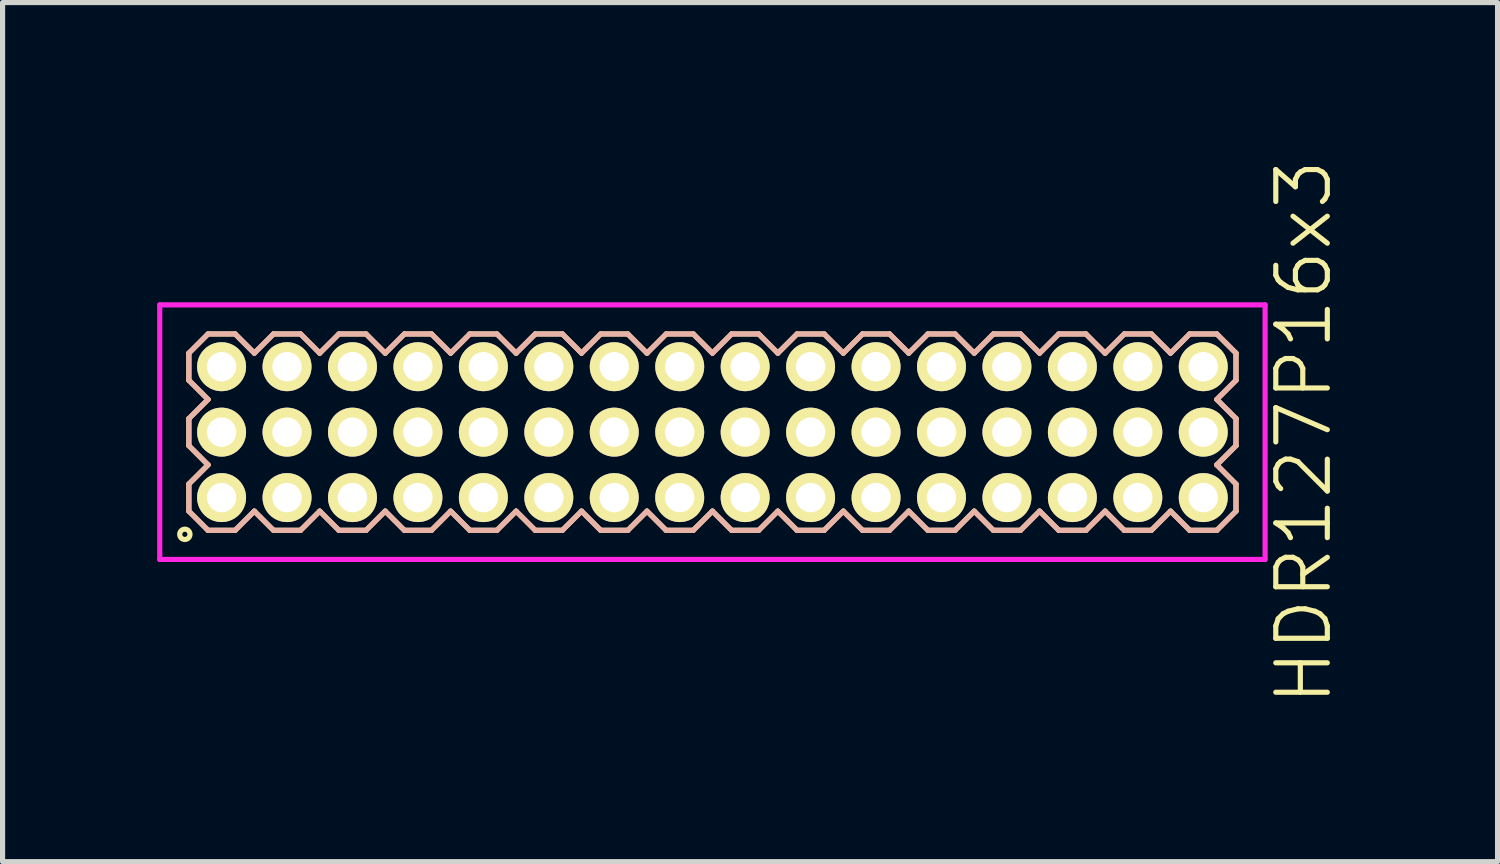
<source format=kicad_pcb>
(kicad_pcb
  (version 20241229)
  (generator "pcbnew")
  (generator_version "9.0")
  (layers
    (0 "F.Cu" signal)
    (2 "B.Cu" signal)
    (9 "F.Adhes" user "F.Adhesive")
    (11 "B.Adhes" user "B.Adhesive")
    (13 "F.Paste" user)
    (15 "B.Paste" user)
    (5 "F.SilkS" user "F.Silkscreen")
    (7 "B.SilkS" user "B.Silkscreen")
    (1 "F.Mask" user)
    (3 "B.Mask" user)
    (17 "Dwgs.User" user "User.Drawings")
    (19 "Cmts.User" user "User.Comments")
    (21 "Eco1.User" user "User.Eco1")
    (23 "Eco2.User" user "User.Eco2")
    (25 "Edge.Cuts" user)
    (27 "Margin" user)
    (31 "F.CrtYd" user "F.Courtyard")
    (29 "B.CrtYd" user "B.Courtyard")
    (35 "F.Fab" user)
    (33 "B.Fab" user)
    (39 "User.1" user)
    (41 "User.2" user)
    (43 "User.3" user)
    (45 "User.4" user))
  (footprint "HDR127P16x3"
    (layer "F.Cu")
    (at 10.775 5.336)
    (property "Reference" "HDR127P16x3" (at 11.475 0 90) (layer "F.SilkS") (effects (font (size 1 1) (thickness 0.1))))
    (attr through_hole)
    (fp_line (start -10.16 -1.533) (end -9.788 -1.905) (stroke (width 0.1) (type solid)) (layer "F.SilkS"))
    (fp_line (start -10.16 -1.007) (end -10.16 -1.533) (stroke (width 0.1) (type solid)) (layer "F.SilkS"))
    (fp_line (start -10.16 -0.263) (end -9.788 -0.635) (stroke (width 0.1) (type solid)) (layer "F.SilkS"))
    (fp_line (start -10.16 0.263) (end -10.16 -0.263) (stroke (width 0.1) (type solid)) (layer "F.SilkS"))
    (fp_line (start -10.16 1.007) (end -9.788 0.635) (stroke (width 0.1) (type solid)) (layer "F.SilkS"))
    (fp_line (start -10.16 1.533) (end -10.16 1.007) (stroke (width 0.1) (type solid)) (layer "F.SilkS"))
    (fp_line (start -9.788 -1.905) (end -9.262 -1.905) (stroke (width 0.1) (type solid)) (layer "F.SilkS"))
    (fp_line (start -9.788 -0.635) (end -10.16 -1.007) (stroke (width 0.1) (type solid)) (layer "F.SilkS"))
    (fp_line (start -9.788 0.635) (end -10.16 0.263) (stroke (width 0.1) (type solid)) (layer "F.SilkS"))
    (fp_line (start -9.788 1.905) (end -10.16 1.533) (stroke (width 0.1) (type solid)) (layer "F.SilkS"))
    (fp_line (start -9.262 -1.905) (end -8.89 -1.533) (stroke (width 0.1) (type solid)) (layer "F.SilkS"))
    (fp_line (start -9.262 1.905) (end -9.788 1.905) (stroke (width 0.1) (type solid)) (layer "F.SilkS"))
    (fp_line (start -8.89 -1.533) (end -8.518 -1.905) (stroke (width 0.1) (type solid)) (layer "F.SilkS"))
    (fp_line (start -8.89 1.533) (end -9.262 1.905) (stroke (width 0.1) (type solid)) (layer "F.SilkS"))
    (fp_line (start -8.518 -1.905) (end -7.992 -1.905) (stroke (width 0.1) (type solid)) (layer "F.SilkS"))
    (fp_line (start -8.518 1.905) (end -8.89 1.533) (stroke (width 0.1) (type solid)) (layer "F.SilkS"))
    (fp_line (start -7.992 -1.905) (end -7.62 -1.533) (stroke (width 0.1) (type solid)) (layer "F.SilkS"))
    (fp_line (start -7.992 1.905) (end -8.518 1.905) (stroke (width 0.1) (type solid)) (layer "F.SilkS"))
    (fp_line (start -7.62 -1.533) (end -7.248 -1.905) (stroke (width 0.1) (type solid)) (layer "F.SilkS"))
    (fp_line (start -7.62 1.533) (end -7.992 1.905) (stroke (width 0.1) (type solid)) (layer "F.SilkS"))
    (fp_line (start -7.248 -1.905) (end -6.722 -1.905) (stroke (width 0.1) (type solid)) (layer "F.SilkS"))
    (fp_line (start -7.248 1.905) (end -7.62 1.533) (stroke (width 0.1) (type solid)) (layer "F.SilkS"))
    (fp_line (start -6.722 -1.905) (end -6.35 -1.533) (stroke (width 0.1) (type solid)) (layer "F.SilkS"))
    (fp_line (start -6.722 1.905) (end -7.248 1.905) (stroke (width 0.1) (type solid)) (layer "F.SilkS"))
    (fp_line (start -6.35 -1.533) (end -5.978 -1.905) (stroke (width 0.1) (type solid)) (layer "F.SilkS"))
    (fp_line (start -6.35 1.533) (end -6.722 1.905) (stroke (width 0.1) (type solid)) (layer "F.SilkS"))
    (fp_line (start -5.978 -1.905) (end -5.452 -1.905) (stroke (width 0.1) (type solid)) (layer "F.SilkS"))
    (fp_line (start -5.978 1.905) (end -6.35 1.533) (stroke (width 0.1) (type solid)) (layer "F.SilkS"))
    (fp_line (start -5.452 -1.905) (end -5.08 -1.533) (stroke (width 0.1) (type solid)) (layer "F.SilkS"))
    (fp_line (start -5.452 1.905) (end -5.978 1.905) (stroke (width 0.1) (type solid)) (layer "F.SilkS"))
    (fp_line (start -5.08 -1.533) (end -4.708 -1.905) (stroke (width 0.1) (type solid)) (layer "F.SilkS"))
    (fp_line (start -5.08 1.533) (end -5.452 1.905) (stroke (width 0.1) (type solid)) (layer "F.SilkS"))
    (fp_line (start -4.708 -1.905) (end -4.182 -1.905) (stroke (width 0.1) (type solid)) (layer "F.SilkS"))
    (fp_line (start -4.708 1.905) (end -5.08 1.533) (stroke (width 0.1) (type solid)) (layer "F.SilkS"))
    (fp_line (start -4.182 -1.905) (end -3.81 -1.533) (stroke (width 0.1) (type solid)) (layer "F.SilkS"))
    (fp_line (start -4.182 1.905) (end -4.708 1.905) (stroke (width 0.1) (type solid)) (layer "F.SilkS"))
    (fp_line (start -3.81 -1.533) (end -3.438 -1.905) (stroke (width 0.1) (type solid)) (layer "F.SilkS"))
    (fp_line (start -3.81 1.533) (end -4.182 1.905) (stroke (width 0.1) (type solid)) (layer "F.SilkS"))
    (fp_line (start -3.438 -1.905) (end -2.912 -1.905) (stroke (width 0.1) (type solid)) (layer "F.SilkS"))
    (fp_line (start -3.438 1.905) (end -3.81 1.533) (stroke (width 0.1) (type solid)) (layer "F.SilkS"))
    (fp_line (start -2.912 -1.905) (end -2.54 -1.533) (stroke (width 0.1) (type solid)) (layer "F.SilkS"))
    (fp_line (start -2.912 1.905) (end -3.438 1.905) (stroke (width 0.1) (type solid)) (layer "F.SilkS"))
    (fp_line (start -2.54 -1.533) (end -2.168 -1.905) (stroke (width 0.1) (type solid)) (layer "F.SilkS"))
    (fp_line (start -2.54 1.533) (end -2.912 1.905) (stroke (width 0.1) (type solid)) (layer "F.SilkS"))
    (fp_line (start -2.168 -1.905) (end -1.642 -1.905) (stroke (width 0.1) (type solid)) (layer "F.SilkS"))
    (fp_line (start -2.168 1.905) (end -2.54 1.533) (stroke (width 0.1) (type solid)) (layer "F.SilkS"))
    (fp_line (start -1.642 -1.905) (end -1.27 -1.533) (stroke (width 0.1) (type solid)) (layer "F.SilkS"))
    (fp_line (start -1.642 1.905) (end -2.168 1.905) (stroke (width 0.1) (type solid)) (layer "F.SilkS"))
    (fp_line (start -1.27 -1.533) (end -0.898 -1.905) (stroke (width 0.1) (type solid)) (layer "F.SilkS"))
    (fp_line (start -1.27 1.533) (end -1.642 1.905) (stroke (width 0.1) (type solid)) (layer "F.SilkS"))
    (fp_line (start -0.898 -1.905) (end -0.372 -1.905) (stroke (width 0.1) (type solid)) (layer "F.SilkS"))
    (fp_line (start -0.898 1.905) (end -1.27 1.533) (stroke (width 0.1) (type solid)) (layer "F.SilkS"))
    (fp_line (start -0.372 -1.905) (end 0 -1.533) (stroke (width 0.1) (type solid)) (layer "F.SilkS"))
    (fp_line (start -0.372 1.905) (end -0.898 1.905) (stroke (width 0.1) (type solid)) (layer "F.SilkS"))
    (fp_line (start 0 -1.533) (end 0.372 -1.905) (stroke (width 0.1) (type solid)) (layer "F.SilkS"))
    (fp_line (start 0 1.533) (end -0.372 1.905) (stroke (width 0.1) (type solid)) (layer "F.SilkS"))
    (fp_line (start 0.372 -1.905) (end 0.898 -1.905) (stroke (width 0.1) (type solid)) (layer "F.SilkS"))
    (fp_line (start 0.372 1.905) (end 0 1.533) (stroke (width 0.1) (type solid)) (layer "F.SilkS"))
    (fp_line (start 0.898 -1.905) (end 1.27 -1.533) (stroke (width 0.1) (type solid)) (layer "F.SilkS"))
    (fp_line (start 0.898 1.905) (end 0.372 1.905) (stroke (width 0.1) (type solid)) (layer "F.SilkS"))
    (fp_line (start 1.27 -1.533) (end 1.642 -1.905) (stroke (width 0.1) (type solid)) (layer "F.SilkS"))
    (fp_line (start 1.27 1.533) (end 0.898 1.905) (stroke (width 0.1) (type solid)) (layer "F.SilkS"))
    (fp_line (start 1.642 -1.905) (end 2.168 -1.905) (stroke (width 0.1) (type solid)) (layer "F.SilkS"))
    (fp_line (start 1.642 1.905) (end 1.27 1.533) (stroke (width 0.1) (type solid)) (layer "F.SilkS"))
    (fp_line (start 2.168 -1.905) (end 2.54 -1.533) (stroke (width 0.1) (type solid)) (layer "F.SilkS"))
    (fp_line (start 2.168 1.905) (end 1.642 1.905) (stroke (width 0.1) (type solid)) (layer "F.SilkS"))
    (fp_line (start 2.54 -1.533) (end 2.912 -1.905) (stroke (width 0.1) (type solid)) (layer "F.SilkS"))
    (fp_line (start 2.54 1.533) (end 2.168 1.905) (stroke (width 0.1) (type solid)) (layer "F.SilkS"))
    (fp_line (start 2.912 -1.905) (end 3.438 -1.905) (stroke (width 0.1) (type solid)) (layer "F.SilkS"))
    (fp_line (start 2.912 1.905) (end 2.54 1.533) (stroke (width 0.1) (type solid)) (layer "F.SilkS"))
    (fp_line (start 3.438 -1.905) (end 3.81 -1.533) (stroke (width 0.1) (type solid)) (layer "F.SilkS"))
    (fp_line (start 3.438 1.905) (end 2.912 1.905) (stroke (width 0.1) (type solid)) (layer "F.SilkS"))
    (fp_line (start 3.81 -1.533) (end 4.182 -1.905) (stroke (width 0.1) (type solid)) (layer "F.SilkS"))
    (fp_line (start 3.81 1.533) (end 3.438 1.905) (stroke (width 0.1) (type solid)) (layer "F.SilkS"))
    (fp_line (start 4.182 -1.905) (end 4.708 -1.905) (stroke (width 0.1) (type solid)) (layer "F.SilkS"))
    (fp_line (start 4.182 1.905) (end 3.81 1.533) (stroke (width 0.1) (type solid)) (layer "F.SilkS"))
    (fp_line (start 4.708 -1.905) (end 5.08 -1.533) (stroke (width 0.1) (type solid)) (layer "F.SilkS"))
    (fp_line (start 4.708 1.905) (end 4.182 1.905) (stroke (width 0.1) (type solid)) (layer "F.SilkS"))
    (fp_line (start 5.08 -1.533) (end 5.452 -1.905) (stroke (width 0.1) (type solid)) (layer "F.SilkS"))
    (fp_line (start 5.08 1.533) (end 4.708 1.905) (stroke (width 0.1) (type solid)) (layer "F.SilkS"))
    (fp_line (start 5.452 -1.905) (end 5.978 -1.905) (stroke (width 0.1) (type solid)) (layer "F.SilkS"))
    (fp_line (start 5.452 1.905) (end 5.08 1.533) (stroke (width 0.1) (type solid)) (layer "F.SilkS"))
    (fp_line (start 5.978 -1.905) (end 6.35 -1.533) (stroke (width 0.1) (type solid)) (layer "F.SilkS"))
    (fp_line (start 5.978 1.905) (end 5.452 1.905) (stroke (width 0.1) (type solid)) (layer "F.SilkS"))
    (fp_line (start 6.35 -1.533) (end 6.722 -1.905) (stroke (width 0.1) (type solid)) (layer "F.SilkS"))
    (fp_line (start 6.35 1.533) (end 5.978 1.905) (stroke (width 0.1) (type solid)) (layer "F.SilkS"))
    (fp_line (start 6.722 -1.905) (end 7.248 -1.905) (stroke (width 0.1) (type solid)) (layer "F.SilkS"))
    (fp_line (start 6.722 1.905) (end 6.35 1.533) (stroke (width 0.1) (type solid)) (layer "F.SilkS"))
    (fp_line (start 7.248 -1.905) (end 7.62 -1.533) (stroke (width 0.1) (type solid)) (layer "F.SilkS"))
    (fp_line (start 7.248 1.905) (end 6.722 1.905) (stroke (width 0.1) (type solid)) (layer "F.SilkS"))
    (fp_line (start 7.62 -1.533) (end 7.992 -1.905) (stroke (width 0.1) (type solid)) (layer "F.SilkS"))
    (fp_line (start 7.62 1.533) (end 7.248 1.905) (stroke (width 0.1) (type solid)) (layer "F.SilkS"))
    (fp_line (start 7.992 -1.905) (end 8.518 -1.905) (stroke (width 0.1) (type solid)) (layer "F.SilkS"))
    (fp_line (start 7.992 1.905) (end 7.62 1.533) (stroke (width 0.1) (type solid)) (layer "F.SilkS"))
    (fp_line (start 8.518 -1.905) (end 8.89 -1.533) (stroke (width 0.1) (type solid)) (layer "F.SilkS"))
    (fp_line (start 8.518 1.905) (end 7.992 1.905) (stroke (width 0.1) (type solid)) (layer "F.SilkS"))
    (fp_line (start 8.89 -1.533) (end 9.262 -1.905) (stroke (width 0.1) (type solid)) (layer "F.SilkS"))
    (fp_line (start 8.89 1.533) (end 8.518 1.905) (stroke (width 0.1) (type solid)) (layer "F.SilkS"))
    (fp_line (start 9.262 -1.905) (end 9.788 -1.905) (stroke (width 0.1) (type solid)) (layer "F.SilkS"))
    (fp_line (start 9.262 1.905) (end 8.89 1.533) (stroke (width 0.1) (type solid)) (layer "F.SilkS"))
    (fp_line (start 9.788 -1.905) (end 10.16 -1.533) (stroke (width 0.1) (type solid)) (layer "F.SilkS"))
    (fp_line (start 9.788 -0.635) (end 10.16 -0.263) (stroke (width 0.1) (type solid)) (layer "F.SilkS"))
    (fp_line (start 9.788 0.635) (end 10.16 1.007) (stroke (width 0.1) (type solid)) (layer "F.SilkS"))
    (fp_line (start 9.788 1.905) (end 9.262 1.905) (stroke (width 0.1) (type solid)) (layer "F.SilkS"))
    (fp_line (start 10.16 -1.533) (end 10.16 -1.007) (stroke (width 0.1) (type solid)) (layer "F.SilkS"))
    (fp_line (start 10.16 -1.007) (end 9.788 -0.635) (stroke (width 0.1) (type solid)) (layer "F.SilkS"))
    (fp_line (start 10.16 -0.263) (end 10.16 0.263) (stroke (width 0.1) (type solid)) (layer "F.SilkS"))
    (fp_line (start 10.16 0.263) (end 9.788 0.635) (stroke (width 0.1) (type solid)) (layer "F.SilkS"))
    (fp_line (start 10.16 1.007) (end 10.16 1.533) (stroke (width 0.1) (type solid)) (layer "F.SilkS"))
    (fp_line (start 10.16 1.533) (end 9.788 1.905) (stroke (width 0.1) (type solid)) (layer "F.SilkS"))
    (fp_circle (center -10.238 1.983) (end -10.138 1.983) (stroke (width 0.1) (type solid)) (fill no) (layer "F.SilkS"))
    (fp_line (start -10.16 -1.533) (end -9.788 -1.905) (stroke (width 0.1) (type solid)) (layer "B.SilkS"))
    (fp_line (start -10.16 -1.007) (end -10.16 -1.533) (stroke (width 0.1) (type solid)) (layer "B.SilkS"))
    (fp_line (start -10.16 -0.263) (end -9.788 -0.635) (stroke (width 0.1) (type solid)) (layer "B.SilkS"))
    (fp_line (start -10.16 0.263) (end -10.16 -0.263) (stroke (width 0.1) (type solid)) (layer "B.SilkS"))
    (fp_line (start -10.16 1.007) (end -9.788 0.635) (stroke (width 0.1) (type solid)) (layer "B.SilkS"))
    (fp_line (start -10.16 1.533) (end -10.16 1.007) (stroke (width 0.1) (type solid)) (layer "B.SilkS"))
    (fp_line (start -9.788 -1.905) (end -9.262 -1.905) (stroke (width 0.1) (type solid)) (layer "B.SilkS"))
    (fp_line (start -9.788 -0.635) (end -10.16 -1.007) (stroke (width 0.1) (type solid)) (layer "B.SilkS"))
    (fp_line (start -9.788 0.635) (end -10.16 0.263) (stroke (width 0.1) (type solid)) (layer "B.SilkS"))
    (fp_line (start -9.788 1.905) (end -10.16 1.533) (stroke (width 0.1) (type solid)) (layer "B.SilkS"))
    (fp_line (start -9.262 -1.905) (end -8.89 -1.533) (stroke (width 0.1) (type solid)) (layer "B.SilkS"))
    (fp_line (start -9.262 1.905) (end -9.788 1.905) (stroke (width 0.1) (type solid)) (layer "B.SilkS"))
    (fp_line (start -8.89 -1.533) (end -8.518 -1.905) (stroke (width 0.1) (type solid)) (layer "B.SilkS"))
    (fp_line (start -8.89 1.533) (end -9.262 1.905) (stroke (width 0.1) (type solid)) (layer "B.SilkS"))
    (fp_line (start -8.518 -1.905) (end -7.992 -1.905) (stroke (width 0.1) (type solid)) (layer "B.SilkS"))
    (fp_line (start -8.518 1.905) (end -8.89 1.533) (stroke (width 0.1) (type solid)) (layer "B.SilkS"))
    (fp_line (start -7.992 -1.905) (end -7.62 -1.533) (stroke (width 0.1) (type solid)) (layer "B.SilkS"))
    (fp_line (start -7.992 1.905) (end -8.518 1.905) (stroke (width 0.1) (type solid)) (layer "B.SilkS"))
    (fp_line (start -7.62 -1.533) (end -7.248 -1.905) (stroke (width 0.1) (type solid)) (layer "B.SilkS"))
    (fp_line (start -7.62 1.533) (end -7.992 1.905) (stroke (width 0.1) (type solid)) (layer "B.SilkS"))
    (fp_line (start -7.248 -1.905) (end -6.722 -1.905) (stroke (width 0.1) (type solid)) (layer "B.SilkS"))
    (fp_line (start -7.248 1.905) (end -7.62 1.533) (stroke (width 0.1) (type solid)) (layer "B.SilkS"))
    (fp_line (start -6.722 -1.905) (end -6.35 -1.533) (stroke (width 0.1) (type solid)) (layer "B.SilkS"))
    (fp_line (start -6.722 1.905) (end -7.248 1.905) (stroke (width 0.1) (type solid)) (layer "B.SilkS"))
    (fp_line (start -6.35 -1.533) (end -5.978 -1.905) (stroke (width 0.1) (type solid)) (layer "B.SilkS"))
    (fp_line (start -6.35 1.533) (end -6.722 1.905) (stroke (width 0.1) (type solid)) (layer "B.SilkS"))
    (fp_line (start -5.978 -1.905) (end -5.452 -1.905) (stroke (width 0.1) (type solid)) (layer "B.SilkS"))
    (fp_line (start -5.978 1.905) (end -6.35 1.533) (stroke (width 0.1) (type solid)) (layer "B.SilkS"))
    (fp_line (start -5.452 -1.905) (end -5.08 -1.533) (stroke (width 0.1) (type solid)) (layer "B.SilkS"))
    (fp_line (start -5.452 1.905) (end -5.978 1.905) (stroke (width 0.1) (type solid)) (layer "B.SilkS"))
    (fp_line (start -5.08 -1.533) (end -4.708 -1.905) (stroke (width 0.1) (type solid)) (layer "B.SilkS"))
    (fp_line (start -5.08 1.533) (end -5.452 1.905) (stroke (width 0.1) (type solid)) (layer "B.SilkS"))
    (fp_line (start -4.708 -1.905) (end -4.182 -1.905) (stroke (width 0.1) (type solid)) (layer "B.SilkS"))
    (fp_line (start -4.708 1.905) (end -5.08 1.533) (stroke (width 0.1) (type solid)) (layer "B.SilkS"))
    (fp_line (start -4.182 -1.905) (end -3.81 -1.533) (stroke (width 0.1) (type solid)) (layer "B.SilkS"))
    (fp_line (start -4.182 1.905) (end -4.708 1.905) (stroke (width 0.1) (type solid)) (layer "B.SilkS"))
    (fp_line (start -3.81 -1.533) (end -3.438 -1.905) (stroke (width 0.1) (type solid)) (layer "B.SilkS"))
    (fp_line (start -3.81 1.533) (end -4.182 1.905) (stroke (width 0.1) (type solid)) (layer "B.SilkS"))
    (fp_line (start -3.438 -1.905) (end -2.912 -1.905) (stroke (width 0.1) (type solid)) (layer "B.SilkS"))
    (fp_line (start -3.438 1.905) (end -3.81 1.533) (stroke (width 0.1) (type solid)) (layer "B.SilkS"))
    (fp_line (start -2.912 -1.905) (end -2.54 -1.533) (stroke (width 0.1) (type solid)) (layer "B.SilkS"))
    (fp_line (start -2.912 1.905) (end -3.438 1.905) (stroke (width 0.1) (type solid)) (layer "B.SilkS"))
    (fp_line (start -2.54 -1.533) (end -2.168 -1.905) (stroke (width 0.1) (type solid)) (layer "B.SilkS"))
    (fp_line (start -2.54 1.533) (end -2.912 1.905) (stroke (width 0.1) (type solid)) (layer "B.SilkS"))
    (fp_line (start -2.168 -1.905) (end -1.642 -1.905) (stroke (width 0.1) (type solid)) (layer "B.SilkS"))
    (fp_line (start -2.168 1.905) (end -2.54 1.533) (stroke (width 0.1) (type solid)) (layer "B.SilkS"))
    (fp_line (start -1.642 -1.905) (end -1.27 -1.533) (stroke (width 0.1) (type solid)) (layer "B.SilkS"))
    (fp_line (start -1.642 1.905) (end -2.168 1.905) (stroke (width 0.1) (type solid)) (layer "B.SilkS"))
    (fp_line (start -1.27 -1.533) (end -0.898 -1.905) (stroke (width 0.1) (type solid)) (layer "B.SilkS"))
    (fp_line (start -1.27 1.533) (end -1.642 1.905) (stroke (width 0.1) (type solid)) (layer "B.SilkS"))
    (fp_line (start -0.898 -1.905) (end -0.372 -1.905) (stroke (width 0.1) (type solid)) (layer "B.SilkS"))
    (fp_line (start -0.898 1.905) (end -1.27 1.533) (stroke (width 0.1) (type solid)) (layer "B.SilkS"))
    (fp_line (start -0.372 -1.905) (end 0 -1.533) (stroke (width 0.1) (type solid)) (layer "B.SilkS"))
    (fp_line (start -0.372 1.905) (end -0.898 1.905) (stroke (width 0.1) (type solid)) (layer "B.SilkS"))
    (fp_line (start 0 -1.533) (end 0.372 -1.905) (stroke (width 0.1) (type solid)) (layer "B.SilkS"))
    (fp_line (start 0 1.533) (end -0.372 1.905) (stroke (width 0.1) (type solid)) (layer "B.SilkS"))
    (fp_line (start 0.372 -1.905) (end 0.898 -1.905) (stroke (width 0.1) (type solid)) (layer "B.SilkS"))
    (fp_line (start 0.372 1.905) (end 0 1.533) (stroke (width 0.1) (type solid)) (layer "B.SilkS"))
    (fp_line (start 0.898 -1.905) (end 1.27 -1.533) (stroke (width 0.1) (type solid)) (layer "B.SilkS"))
    (fp_line (start 0.898 1.905) (end 0.372 1.905) (stroke (width 0.1) (type solid)) (layer "B.SilkS"))
    (fp_line (start 1.27 -1.533) (end 1.642 -1.905) (stroke (width 0.1) (type solid)) (layer "B.SilkS"))
    (fp_line (start 1.27 1.533) (end 0.898 1.905) (stroke (width 0.1) (type solid)) (layer "B.SilkS"))
    (fp_line (start 1.642 -1.905) (end 2.168 -1.905) (stroke (width 0.1) (type solid)) (layer "B.SilkS"))
    (fp_line (start 1.642 1.905) (end 1.27 1.533) (stroke (width 0.1) (type solid)) (layer "B.SilkS"))
    (fp_line (start 2.168 -1.905) (end 2.54 -1.533) (stroke (width 0.1) (type solid)) (layer "B.SilkS"))
    (fp_line (start 2.168 1.905) (end 1.642 1.905) (stroke (width 0.1) (type solid)) (layer "B.SilkS"))
    (fp_line (start 2.54 -1.533) (end 2.912 -1.905) (stroke (width 0.1) (type solid)) (layer "B.SilkS"))
    (fp_line (start 2.54 1.533) (end 2.168 1.905) (stroke (width 0.1) (type solid)) (layer "B.SilkS"))
    (fp_line (start 2.912 -1.905) (end 3.438 -1.905) (stroke (width 0.1) (type solid)) (layer "B.SilkS"))
    (fp_line (start 2.912 1.905) (end 2.54 1.533) (stroke (width 0.1) (type solid)) (layer "B.SilkS"))
    (fp_line (start 3.438 -1.905) (end 3.81 -1.533) (stroke (width 0.1) (type solid)) (layer "B.SilkS"))
    (fp_line (start 3.438 1.905) (end 2.912 1.905) (stroke (width 0.1) (type solid)) (layer "B.SilkS"))
    (fp_line (start 3.81 -1.533) (end 4.182 -1.905) (stroke (width 0.1) (type solid)) (layer "B.SilkS"))
    (fp_line (start 3.81 1.533) (end 3.438 1.905) (stroke (width 0.1) (type solid)) (layer "B.SilkS"))
    (fp_line (start 4.182 -1.905) (end 4.708 -1.905) (stroke (width 0.1) (type solid)) (layer "B.SilkS"))
    (fp_line (start 4.182 1.905) (end 3.81 1.533) (stroke (width 0.1) (type solid)) (layer "B.SilkS"))
    (fp_line (start 4.708 -1.905) (end 5.08 -1.533) (stroke (width 0.1) (type solid)) (layer "B.SilkS"))
    (fp_line (start 4.708 1.905) (end 4.182 1.905) (stroke (width 0.1) (type solid)) (layer "B.SilkS"))
    (fp_line (start 5.08 -1.533) (end 5.452 -1.905) (stroke (width 0.1) (type solid)) (layer "B.SilkS"))
    (fp_line (start 5.08 1.533) (end 4.708 1.905) (stroke (width 0.1) (type solid)) (layer "B.SilkS"))
    (fp_line (start 5.452 -1.905) (end 5.978 -1.905) (stroke (width 0.1) (type solid)) (layer "B.SilkS"))
    (fp_line (start 5.452 1.905) (end 5.08 1.533) (stroke (width 0.1) (type solid)) (layer "B.SilkS"))
    (fp_line (start 5.978 -1.905) (end 6.35 -1.533) (stroke (width 0.1) (type solid)) (layer "B.SilkS"))
    (fp_line (start 5.978 1.905) (end 5.452 1.905) (stroke (width 0.1) (type solid)) (layer "B.SilkS"))
    (fp_line (start 6.35 -1.533) (end 6.722 -1.905) (stroke (width 0.1) (type solid)) (layer "B.SilkS"))
    (fp_line (start 6.35 1.533) (end 5.978 1.905) (stroke (width 0.1) (type solid)) (layer "B.SilkS"))
    (fp_line (start 6.722 -1.905) (end 7.248 -1.905) (stroke (width 0.1) (type solid)) (layer "B.SilkS"))
    (fp_line (start 6.722 1.905) (end 6.35 1.533) (stroke (width 0.1) (type solid)) (layer "B.SilkS"))
    (fp_line (start 7.248 -1.905) (end 7.62 -1.533) (stroke (width 0.1) (type solid)) (layer "B.SilkS"))
    (fp_line (start 7.248 1.905) (end 6.722 1.905) (stroke (width 0.1) (type solid)) (layer "B.SilkS"))
    (fp_line (start 7.62 -1.533) (end 7.992 -1.905) (stroke (width 0.1) (type solid)) (layer "B.SilkS"))
    (fp_line (start 7.62 1.533) (end 7.248 1.905) (stroke (width 0.1) (type solid)) (layer "B.SilkS"))
    (fp_line (start 7.992 -1.905) (end 8.518 -1.905) (stroke (width 0.1) (type solid)) (layer "B.SilkS"))
    (fp_line (start 7.992 1.905) (end 7.62 1.533) (stroke (width 0.1) (type solid)) (layer "B.SilkS"))
    (fp_line (start 8.518 -1.905) (end 8.89 -1.533) (stroke (width 0.1) (type solid)) (layer "B.SilkS"))
    (fp_line (start 8.518 1.905) (end 7.992 1.905) (stroke (width 0.1) (type solid)) (layer "B.SilkS"))
    (fp_line (start 8.89 -1.533) (end 9.262 -1.905) (stroke (width 0.1) (type solid)) (layer "B.SilkS"))
    (fp_line (start 8.89 1.533) (end 8.518 1.905) (stroke (width 0.1) (type solid)) (layer "B.SilkS"))
    (fp_line (start 9.262 -1.905) (end 9.788 -1.905) (stroke (width 0.1) (type solid)) (layer "B.SilkS"))
    (fp_line (start 9.262 1.905) (end 8.89 1.533) (stroke (width 0.1) (type solid)) (layer "B.SilkS"))
    (fp_line (start 9.788 -1.905) (end 10.16 -1.533) (stroke (width 0.1) (type solid)) (layer "B.SilkS"))
    (fp_line (start 9.788 -0.635) (end 10.16 -0.263) (stroke (width 0.1) (type solid)) (layer "B.SilkS"))
    (fp_line (start 9.788 0.635) (end 10.16 1.007) (stroke (width 0.1) (type solid)) (layer "B.SilkS"))
    (fp_line (start 9.788 1.905) (end 9.262 1.905) (stroke (width 0.1) (type solid)) (layer "B.SilkS"))
    (fp_line (start 10.16 -1.533) (end 10.16 -1.007) (stroke (width 0.1) (type solid)) (layer "B.SilkS"))
    (fp_line (start 10.16 -1.007) (end 9.788 -0.635) (stroke (width 0.1) (type solid)) (layer "B.SilkS"))
    (fp_line (start 10.16 -0.263) (end 10.16 0.263) (stroke (width 0.1) (type solid)) (layer "B.SilkS"))
    (fp_line (start 10.16 0.263) (end 9.788 0.635) (stroke (width 0.1) (type solid)) (layer "B.SilkS"))
    (fp_line (start 10.16 1.007) (end 10.16 1.533) (stroke (width 0.1) (type solid)) (layer "B.SilkS"))
    (fp_line (start 10.16 1.533) (end 9.788 1.905) (stroke (width 0.1) (type solid)) (layer "B.SilkS"))
    (fp_line (start -10.725 -2.47) (end -10.725 2.47) (stroke (width 0.1) (type solid)) (layer "F.CrtYd"))
    (fp_line (start -10.725 2.47) (end 10.725 2.47) (stroke (width 0.1) (type solid)) (layer "F.CrtYd"))
    (fp_line (start 10.725 -2.47) (end -10.725 -2.47) (stroke (width 0.1) (type solid)) (layer "F.CrtYd"))
    (fp_line (start 10.725 2.47) (end 10.725 -2.47) (stroke (width 0.1) (type solid)) (layer "F.CrtYd"))
    (pad "1" thru_hole oval (at -9.525 1.27) (size 0.95 0.95) (drill 0.57) (layers "*.Cu" "*.Mask" "F.SilkS"))
    (pad "2" thru_hole oval (at -9.525 0) (size 0.95 0.95) (drill 0.57) (layers "*.Cu" "*.Mask" "F.SilkS"))
    (pad "3" thru_hole oval (at -9.525 -1.27) (size 0.95 0.95) (drill 0.57) (layers "*.Cu" "*.Mask" "F.SilkS"))
    (pad "4" thru_hole oval (at -8.255 1.27) (size 0.95 0.95) (drill 0.57) (layers "*.Cu" "*.Mask" "F.SilkS"))
    (pad "5" thru_hole oval (at -8.255 0) (size 0.95 0.95) (drill 0.57) (layers "*.Cu" "*.Mask" "F.SilkS"))
    (pad "6" thru_hole oval (at -8.255 -1.27) (size 0.95 0.95) (drill 0.57) (layers "*.Cu" "*.Mask" "F.SilkS"))
    (pad "7" thru_hole oval (at -6.985 1.27) (size 0.95 0.95) (drill 0.57) (layers "*.Cu" "*.Mask" "F.SilkS"))
    (pad "8" thru_hole oval (at -6.985 0) (size 0.95 0.95) (drill 0.57) (layers "*.Cu" "*.Mask" "F.SilkS"))
    (pad "9" thru_hole oval (at -6.985 -1.27) (size 0.95 0.95) (drill 0.57) (layers "*.Cu" "*.Mask" "F.SilkS"))
    (pad "10" thru_hole oval (at -5.715 1.27) (size 0.95 0.95) (drill 0.57) (layers "*.Cu" "*.Mask" "F.SilkS"))
    (pad "11" thru_hole oval (at -5.715 0) (size 0.95 0.95) (drill 0.57) (layers "*.Cu" "*.Mask" "F.SilkS"))
    (pad "12" thru_hole oval (at -5.715 -1.27) (size 0.95 0.95) (drill 0.57) (layers "*.Cu" "*.Mask" "F.SilkS"))
    (pad "13" thru_hole oval (at -4.445 1.27) (size 0.95 0.95) (drill 0.57) (layers "*.Cu" "*.Mask" "F.SilkS"))
    (pad "14" thru_hole oval (at -4.445 0) (size 0.95 0.95) (drill 0.57) (layers "*.Cu" "*.Mask" "F.SilkS"))
    (pad "15" thru_hole oval (at -4.445 -1.27) (size 0.95 0.95) (drill 0.57) (layers "*.Cu" "*.Mask" "F.SilkS"))
    (pad "16" thru_hole oval (at -3.175 1.27) (size 0.95 0.95) (drill 0.57) (layers "*.Cu" "*.Mask" "F.SilkS"))
    (pad "17" thru_hole oval (at -3.175 0) (size 0.95 0.95) (drill 0.57) (layers "*.Cu" "*.Mask" "F.SilkS"))
    (pad "18" thru_hole oval (at -3.175 -1.27) (size 0.95 0.95) (drill 0.57) (layers "*.Cu" "*.Mask" "F.SilkS"))
    (pad "19" thru_hole oval (at -1.905 1.27) (size 0.95 0.95) (drill 0.57) (layers "*.Cu" "*.Mask" "F.SilkS"))
    (pad "20" thru_hole oval (at -1.905 0) (size 0.95 0.95) (drill 0.57) (layers "*.Cu" "*.Mask" "F.SilkS"))
    (pad "21" thru_hole oval (at -1.905 -1.27) (size 0.95 0.95) (drill 0.57) (layers "*.Cu" "*.Mask" "F.SilkS"))
    (pad "22" thru_hole oval (at -0.635 1.27) (size 0.95 0.95) (drill 0.57) (layers "*.Cu" "*.Mask" "F.SilkS"))
    (pad "23" thru_hole oval (at -0.635 0) (size 0.95 0.95) (drill 0.57) (layers "*.Cu" "*.Mask" "F.SilkS"))
    (pad "24" thru_hole oval (at -0.635 -1.27) (size 0.95 0.95) (drill 0.57) (layers "*.Cu" "*.Mask" "F.SilkS"))
    (pad "25" thru_hole oval (at 0.635 1.27) (size 0.95 0.95) (drill 0.57) (layers "*.Cu" "*.Mask" "F.SilkS"))
    (pad "26" thru_hole oval (at 0.635 0) (size 0.95 0.95) (drill 0.57) (layers "*.Cu" "*.Mask" "F.SilkS"))
    (pad "27" thru_hole oval (at 0.635 -1.27) (size 0.95 0.95) (drill 0.57) (layers "*.Cu" "*.Mask" "F.SilkS"))
    (pad "28" thru_hole oval (at 1.905 1.27) (size 0.95 0.95) (drill 0.57) (layers "*.Cu" "*.Mask" "F.SilkS"))
    (pad "29" thru_hole oval (at 1.905 0) (size 0.95 0.95) (drill 0.57) (layers "*.Cu" "*.Mask" "F.SilkS"))
    (pad "30" thru_hole oval (at 1.905 -1.27) (size 0.95 0.95) (drill 0.57) (layers "*.Cu" "*.Mask" "F.SilkS"))
    (pad "31" thru_hole oval (at 3.175 1.27) (size 0.95 0.95) (drill 0.57) (layers "*.Cu" "*.Mask" "F.SilkS"))
    (pad "32" thru_hole oval (at 3.175 0) (size 0.95 0.95) (drill 0.57) (layers "*.Cu" "*.Mask" "F.SilkS"))
    (pad "33" thru_hole oval (at 3.175 -1.27) (size 0.95 0.95) (drill 0.57) (layers "*.Cu" "*.Mask" "F.SilkS"))
    (pad "34" thru_hole oval (at 4.445 1.27) (size 0.95 0.95) (drill 0.57) (layers "*.Cu" "*.Mask" "F.SilkS"))
    (pad "35" thru_hole oval (at 4.445 0) (size 0.95 0.95) (drill 0.57) (layers "*.Cu" "*.Mask" "F.SilkS"))
    (pad "36" thru_hole oval (at 4.445 -1.27) (size 0.95 0.95) (drill 0.57) (layers "*.Cu" "*.Mask" "F.SilkS"))
    (pad "37" thru_hole oval (at 5.715 1.27) (size 0.95 0.95) (drill 0.57) (layers "*.Cu" "*.Mask" "F.SilkS"))
    (pad "38" thru_hole oval (at 5.715 0) (size 0.95 0.95) (drill 0.57) (layers "*.Cu" "*.Mask" "F.SilkS"))
    (pad "39" thru_hole oval (at 5.715 -1.27) (size 0.95 0.95) (drill 0.57) (layers "*.Cu" "*.Mask" "F.SilkS"))
    (pad "40" thru_hole oval (at 6.985 1.27) (size 0.95 0.95) (drill 0.57) (layers "*.Cu" "*.Mask" "F.SilkS"))
    (pad "41" thru_hole oval (at 6.985 0) (size 0.95 0.95) (drill 0.57) (layers "*.Cu" "*.Mask" "F.SilkS"))
    (pad "42" thru_hole oval (at 6.985 -1.27) (size 0.95 0.95) (drill 0.57) (layers "*.Cu" "*.Mask" "F.SilkS"))
    (pad "43" thru_hole oval (at 8.255 1.27) (size 0.95 0.95) (drill 0.57) (layers "*.Cu" "*.Mask" "F.SilkS"))
    (pad "44" thru_hole oval (at 8.255 0) (size 0.95 0.95) (drill 0.57) (layers "*.Cu" "*.Mask" "F.SilkS"))
    (pad "45" thru_hole oval (at 8.255 -1.27) (size 0.95 0.95) (drill 0.57) (layers "*.Cu" "*.Mask" "F.SilkS"))
    (pad "46" thru_hole oval (at 9.525 1.27) (size 0.95 0.95) (drill 0.57) (layers "*.Cu" "*.Mask" "F.SilkS"))
    (pad "47" thru_hole oval (at 9.525 0) (size 0.95 0.95) (drill 0.57) (layers "*.Cu" "*.Mask" "F.SilkS"))
    (pad "48" thru_hole oval (at 9.525 -1.27) (size 0.95 0.95) (drill 0.57) (layers "*.Cu" "*.Mask" "F.SilkS")))
  (gr_rect
    (start -3 -3)
    (end 26.011 13.671)
    (stroke (width 0.1) (type default))
    (fill no)
    (layer "Edge.Cuts")))
</source>
